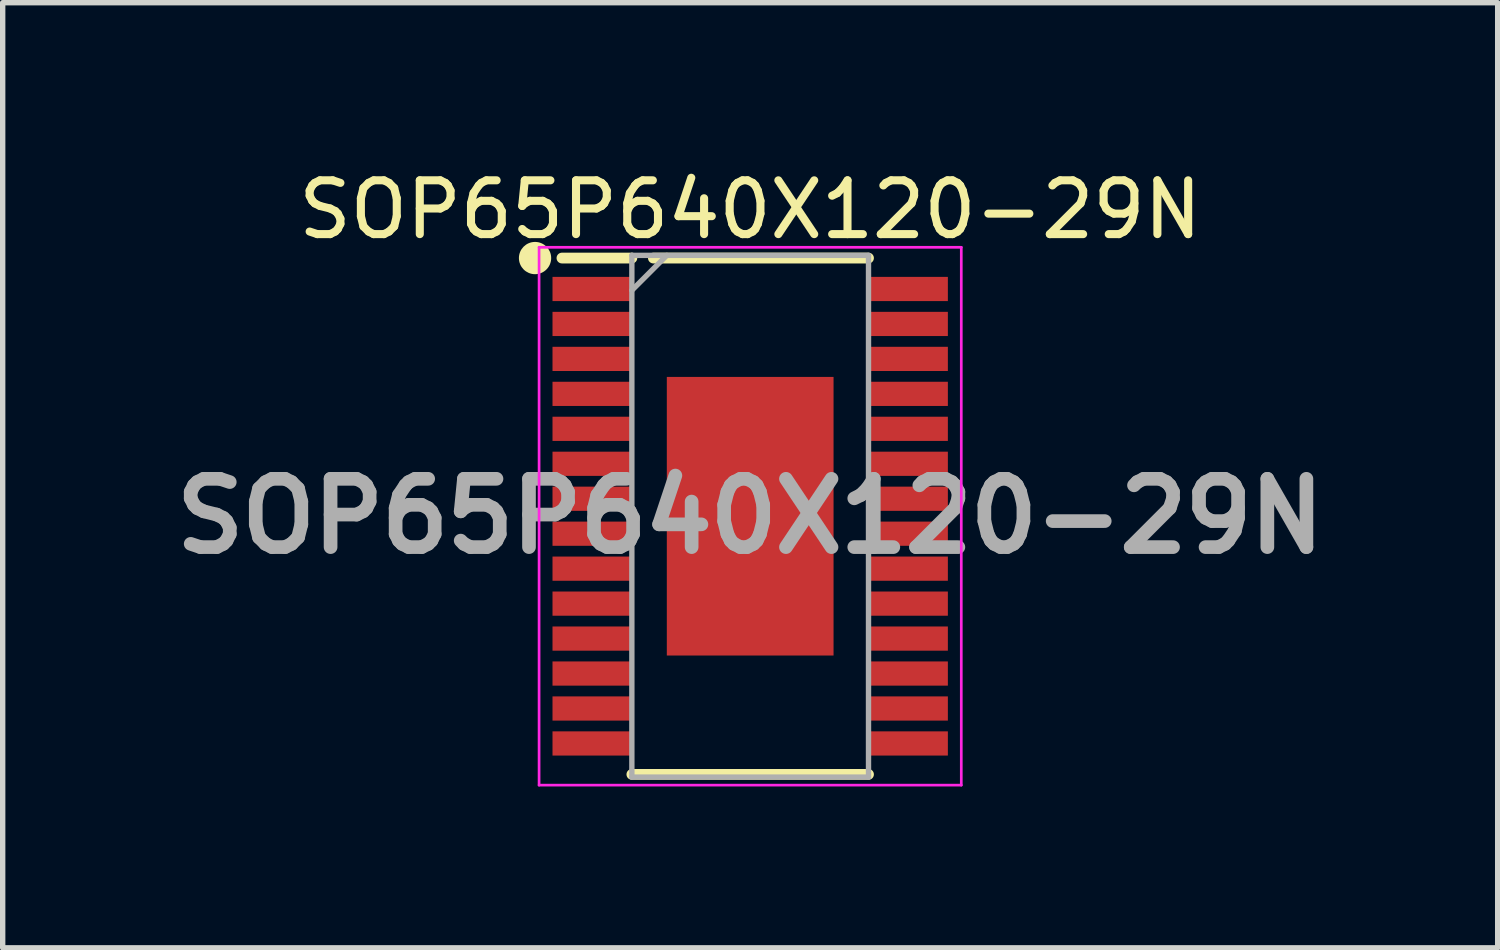
<source format=kicad_pcb>
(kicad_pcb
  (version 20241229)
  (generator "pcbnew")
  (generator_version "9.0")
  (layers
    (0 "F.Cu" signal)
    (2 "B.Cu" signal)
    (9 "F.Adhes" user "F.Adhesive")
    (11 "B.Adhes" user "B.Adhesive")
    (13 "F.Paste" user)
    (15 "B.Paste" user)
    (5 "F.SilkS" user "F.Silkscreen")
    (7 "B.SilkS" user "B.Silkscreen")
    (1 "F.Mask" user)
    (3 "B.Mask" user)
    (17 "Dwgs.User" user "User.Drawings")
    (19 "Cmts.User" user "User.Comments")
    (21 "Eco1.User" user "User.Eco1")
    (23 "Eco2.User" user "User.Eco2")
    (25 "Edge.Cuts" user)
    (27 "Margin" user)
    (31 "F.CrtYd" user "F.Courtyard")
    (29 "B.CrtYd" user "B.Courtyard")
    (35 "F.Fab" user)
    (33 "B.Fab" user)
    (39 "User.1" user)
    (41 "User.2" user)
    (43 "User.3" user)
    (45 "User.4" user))
  (footprint "SOP65P640X120-29N"
    (layer "F.Cu")
    (at 10.898 6.548)
    (property "Reference" "SOP65P640X120-29N" (at 0 -5.7 0) (layer "F.SilkS") (effects (font (size 1 1) (thickness 0.15))))
    (attr smd)
    (fp_line (start -3.5 -4.8) (end -2.2 -4.8) (stroke (width 0.2) (type solid)) (layer "F.SilkS"))
    (fp_line (start -2.2 4.8) (end 2.2 4.8) (stroke (width 0.2) (type solid)) (layer "F.SilkS"))
    (fp_line (start -1.8 -4.8) (end 2.2 -4.8) (stroke (width 0.2) (type solid)) (layer "F.SilkS"))
    (fp_circle (center -4 -4.8) (end -3.7 -4.8) (stroke (width 0) (type solid)) (fill yes) (layer "F.SilkS"))
    (fp_line (start -3.925 -5) (end 3.925 -5) (stroke (width 0.05) (type solid)) (layer "F.CrtYd"))
    (fp_line (start -3.925 5) (end -3.925 -5) (stroke (width 0.05) (type solid)) (layer "F.CrtYd"))
    (fp_line (start 3.925 -5) (end 3.925 5) (stroke (width 0.05) (type solid)) (layer "F.CrtYd"))
    (fp_line (start 3.925 5) (end -3.925 5) (stroke (width 0.05) (type solid)) (layer "F.CrtYd"))
    (fp_line (start -2.2 -4.85) (end 2.2 -4.85) (stroke (width 0.1) (type solid)) (layer "F.Fab"))
    (fp_line (start -2.2 -4.2) (end -1.55 -4.85) (stroke (width 0.1) (type solid)) (layer "F.Fab"))
    (fp_line (start -2.2 4.85) (end -2.2 -4.85) (stroke (width 0.1) (type solid)) (layer "F.Fab"))
    (fp_line (start 2.2 -4.85) (end 2.2 4.85) (stroke (width 0.1) (type solid)) (layer "F.Fab"))
    (fp_line (start 2.2 4.85) (end -2.2 4.85) (stroke (width 0.1) (type solid)) (layer "F.Fab"))
    (fp_text user "${REFERENCE}" (at 0 0 0) (layer "F.Fab") (effects (font (size 1.27 1.27) (thickness 0.254))))
    (pad "1" smd rect (at -2.938 -4.225 90) (size 0.45 1.475) (layers "F.Cu" "F.Mask" "F.Paste"))
    (pad "2" smd rect (at -2.938 -3.575 90) (size 0.45 1.475) (layers "F.Cu" "F.Mask" "F.Paste"))
    (pad "3" smd rect (at -2.938 -2.925 90) (size 0.45 1.475) (layers "F.Cu" "F.Mask" "F.Paste"))
    (pad "4" smd rect (at -2.938 -2.275 90) (size 0.45 1.475) (layers "F.Cu" "F.Mask" "F.Paste"))
    (pad "5" smd rect (at -2.938 -1.625 90) (size 0.45 1.475) (layers "F.Cu" "F.Mask" "F.Paste"))
    (pad "6" smd rect (at -2.938 -0.975 90) (size 0.45 1.475) (layers "F.Cu" "F.Mask" "F.Paste"))
    (pad "7" smd rect (at -2.938 -0.325 90) (size 0.45 1.475) (layers "F.Cu" "F.Mask" "F.Paste"))
    (pad "8" smd rect (at -2.938 0.325 90) (size 0.45 1.475) (layers "F.Cu" "F.Mask" "F.Paste"))
    (pad "9" smd rect (at -2.938 0.975 90) (size 0.45 1.475) (layers "F.Cu" "F.Mask" "F.Paste"))
    (pad "10" smd rect (at -2.938 1.625 90) (size 0.45 1.475) (layers "F.Cu" "F.Mask" "F.Paste"))
    (pad "11" smd rect (at -2.938 2.275 90) (size 0.45 1.475) (layers "F.Cu" "F.Mask" "F.Paste"))
    (pad "12" smd rect (at -2.938 2.925 90) (size 0.45 1.475) (layers "F.Cu" "F.Mask" "F.Paste"))
    (pad "13" smd rect (at -2.938 3.575 90) (size 0.45 1.475) (layers "F.Cu" "F.Mask" "F.Paste"))
    (pad "14" smd rect (at -2.938 4.225 90) (size 0.45 1.475) (layers "F.Cu" "F.Mask" "F.Paste"))
    (pad "15" smd rect (at 2.938 4.225 90) (size 0.45 1.475) (layers "F.Cu" "F.Mask" "F.Paste"))
    (pad "16" smd rect (at 2.938 3.575 90) (size 0.45 1.475) (layers "F.Cu" "F.Mask" "F.Paste"))
    (pad "17" smd rect (at 2.938 2.925 90) (size 0.45 1.475) (layers "F.Cu" "F.Mask" "F.Paste"))
    (pad "18" smd rect (at 2.938 2.275 90) (size 0.45 1.475) (layers "F.Cu" "F.Mask" "F.Paste"))
    (pad "19" smd rect (at 2.938 1.625 90) (size 0.45 1.475) (layers "F.Cu" "F.Mask" "F.Paste"))
    (pad "20" smd rect (at 2.938 0.975 90) (size 0.45 1.475) (layers "F.Cu" "F.Mask" "F.Paste"))
    (pad "21" smd rect (at 2.938 0.325 90) (size 0.45 1.475) (layers "F.Cu" "F.Mask" "F.Paste"))
    (pad "22" smd rect (at 2.938 -0.325 90) (size 0.45 1.475) (layers "F.Cu" "F.Mask" "F.Paste"))
    (pad "23" smd rect (at 2.938 -0.975 90) (size 0.45 1.475) (layers "F.Cu" "F.Mask" "F.Paste"))
    (pad "24" smd rect (at 2.938 -1.625 90) (size 0.45 1.475) (layers "F.Cu" "F.Mask" "F.Paste"))
    (pad "25" smd rect (at 2.938 -2.275 90) (size 0.45 1.475) (layers "F.Cu" "F.Mask" "F.Paste"))
    (pad "26" smd rect (at 2.938 -2.925 90) (size 0.45 1.475) (layers "F.Cu" "F.Mask" "F.Paste"))
    (pad "27" smd rect (at 2.938 -3.575 90) (size 0.45 1.475) (layers "F.Cu" "F.Mask" "F.Paste"))
    (pad "28" smd rect (at 2.938 -4.225 90) (size 0.45 1.475) (layers "F.Cu" "F.Mask" "F.Paste"))
    (pad "29" smd rect (at 0 0) (size 3.1 5.18) (layers "F.Cu" "F.Mask" "F.Paste")))
  (gr_rect
    (start -3 -3)
    (end 24.796 14.573)
    (stroke (width 0.1) (type default))
    (fill no)
    (layer "Edge.Cuts")))
</source>
